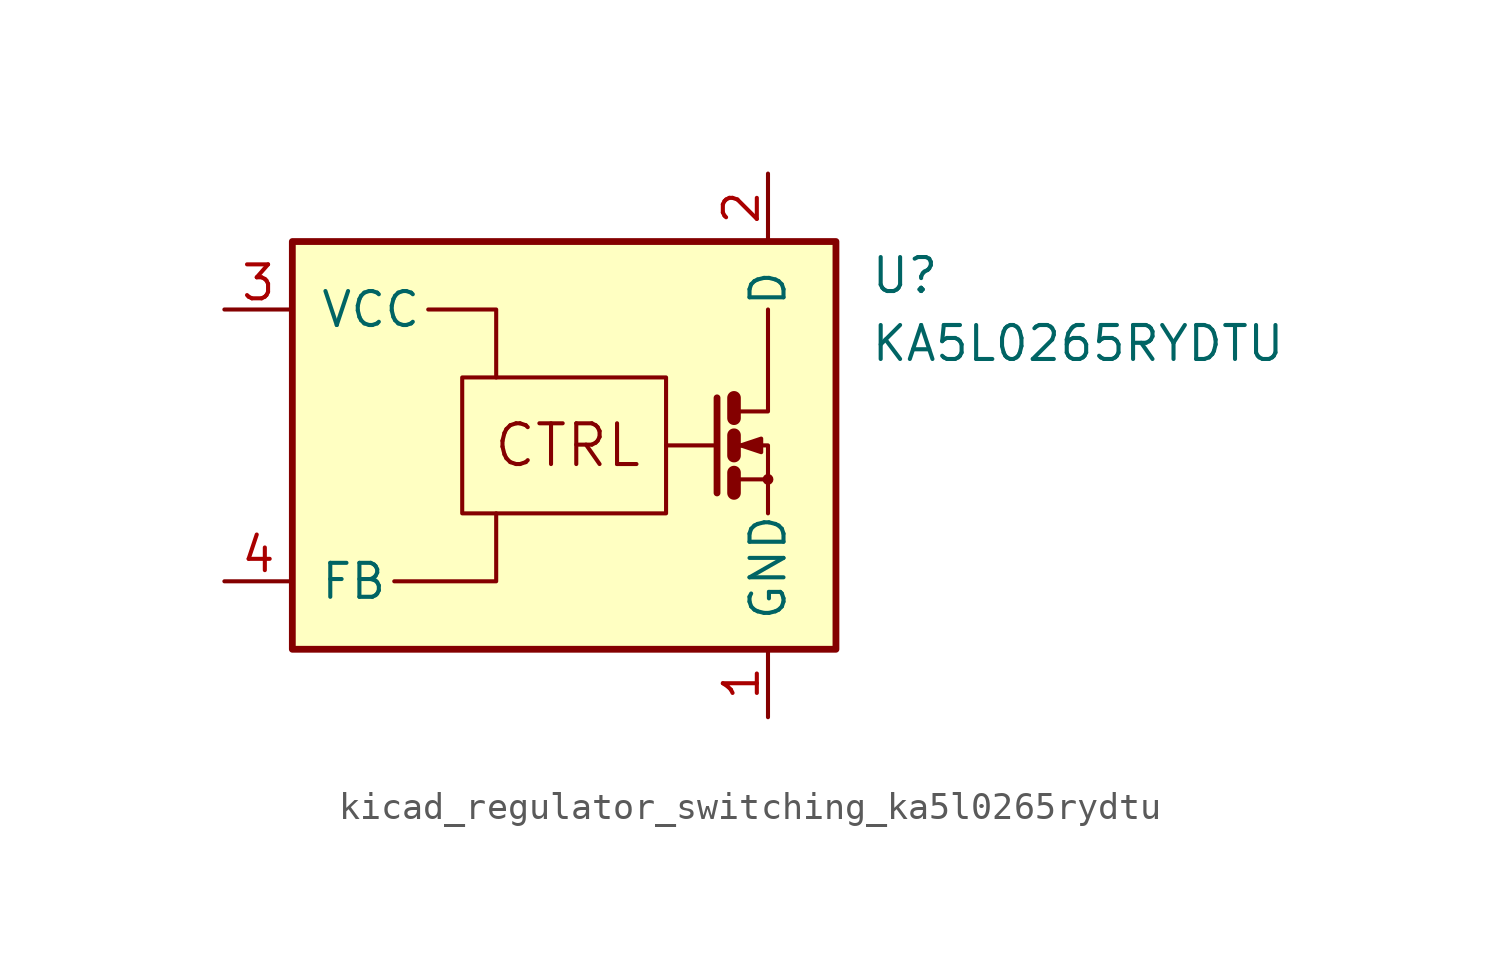
<source format=kicad_sym>
(kicad_symbol_lib
  (version 20220914)
  (generator kicad_symbol_editor)
  (symbol "kicad_regulator_switching_ka5l0265rydtu"
    (pin_names
      (offset 1.016))
    (property "Reference" "U"
      (at 11.43 6.35 0)
      (effects (font (size 1.27 1.27)) (justify left)))
    (property "Value" "KA5L0265RYDTU"
      (at 11.43 3.81 0)
      (effects (font (size 1.27 1.27)) (justify left)))
    (symbol "kicad_regulator_switching_ka5l0265rydtu_0_0"
      (rectangle (start -10.16 7.62) (end 10.16 -7.62) (stroke (width 0.254) (type default)) (fill (type background)))
      (rectangle (start -3.81 2.54) (end 3.81 -2.54) (stroke (width 0) (type default)) (fill (type none)))
      (polyline (pts (xy 3.81 0) (xy 5.715 0)) (stroke (width 0) (type default)) (fill (type none)))
      (polyline (pts (xy 5.715 1.778) (xy 5.715 -1.778)) (stroke (width 0.254) (type default)) (fill (type none)))
      (polyline (pts (xy 6.35 -1.27) (xy 7.62 -1.27)) (stroke (width 0) (type default)) (fill (type none)))
      (polyline (pts (xy 6.35 -1.016) (xy 6.35 -1.778)) (stroke (width 0.508) (type default)) (fill (type none)))
      (polyline (pts (xy 6.35 0.381) (xy 6.35 -0.381)) (stroke (width 0.508) (type default)) (fill (type none)))
      (polyline (pts (xy 6.35 1.778) (xy 6.35 1.016)) (stroke (width 0.508) (type default)) (fill (type none)))
      (polyline (pts (xy -6.35 -5.08) (xy -2.54 -5.08) (xy -2.54 -2.54)) (stroke (width 0) (type default)) (fill (type none)))
      (polyline (pts (xy -5.08 5.08) (xy -2.54 5.08) (xy -2.54 2.54)) (stroke (width 0) (type default)) (fill (type none)))
      (polyline (pts (xy 6.35 1.27) (xy 7.62 1.27) (xy 7.62 5.08)) (stroke (width 0) (type default)) (fill (type none)))
      (polyline (pts (xy 7.62 -2.54) (xy 7.62 0) (xy 6.35 0)) (stroke (width 0) (type default)) (fill (type none)))
      (polyline (pts (xy 6.604 0) (xy 7.366 0.254) (xy 7.366 -0.254) (xy 6.604 0)) (stroke (width 0) (type default)) (fill (type outline)))
      (circle (center 7.62 -1.27) (radius 0.127) (stroke (width 0) (type default)) (fill (type none)))
      (text "CTRL" (at 0.127 0 0) (effects (font (size 1.524 1.524)))))
    (symbol "kicad_regulator_switching_ka5l0265rydtu_1_1"
      (pin power_in line (at 7.62 -10.16 90) (length 2.54) (name "GND" (effects (font (size 1.27 1.27)))) (number "1" (effects (font (size 1.27 1.27)))))
      (pin passive line (at 7.62 10.16 270) (length 2.54) (name "D" (effects (font (size 1.27 1.27)))) (number "2" (effects (font (size 1.27 1.27)))))
      (pin power_in line (at -12.7 5.08 0) (length 2.54) (name "VCC" (effects (font (size 1.27 1.27)))) (number "3" (effects (font (size 1.27 1.27)))))
      (pin passive line (at -12.7 -5.08 0) (length 2.54) (name "FB" (effects (font (size 1.27 1.27)))) (number "4" (effects (font (size 1.27 1.27))))))))
</source>
